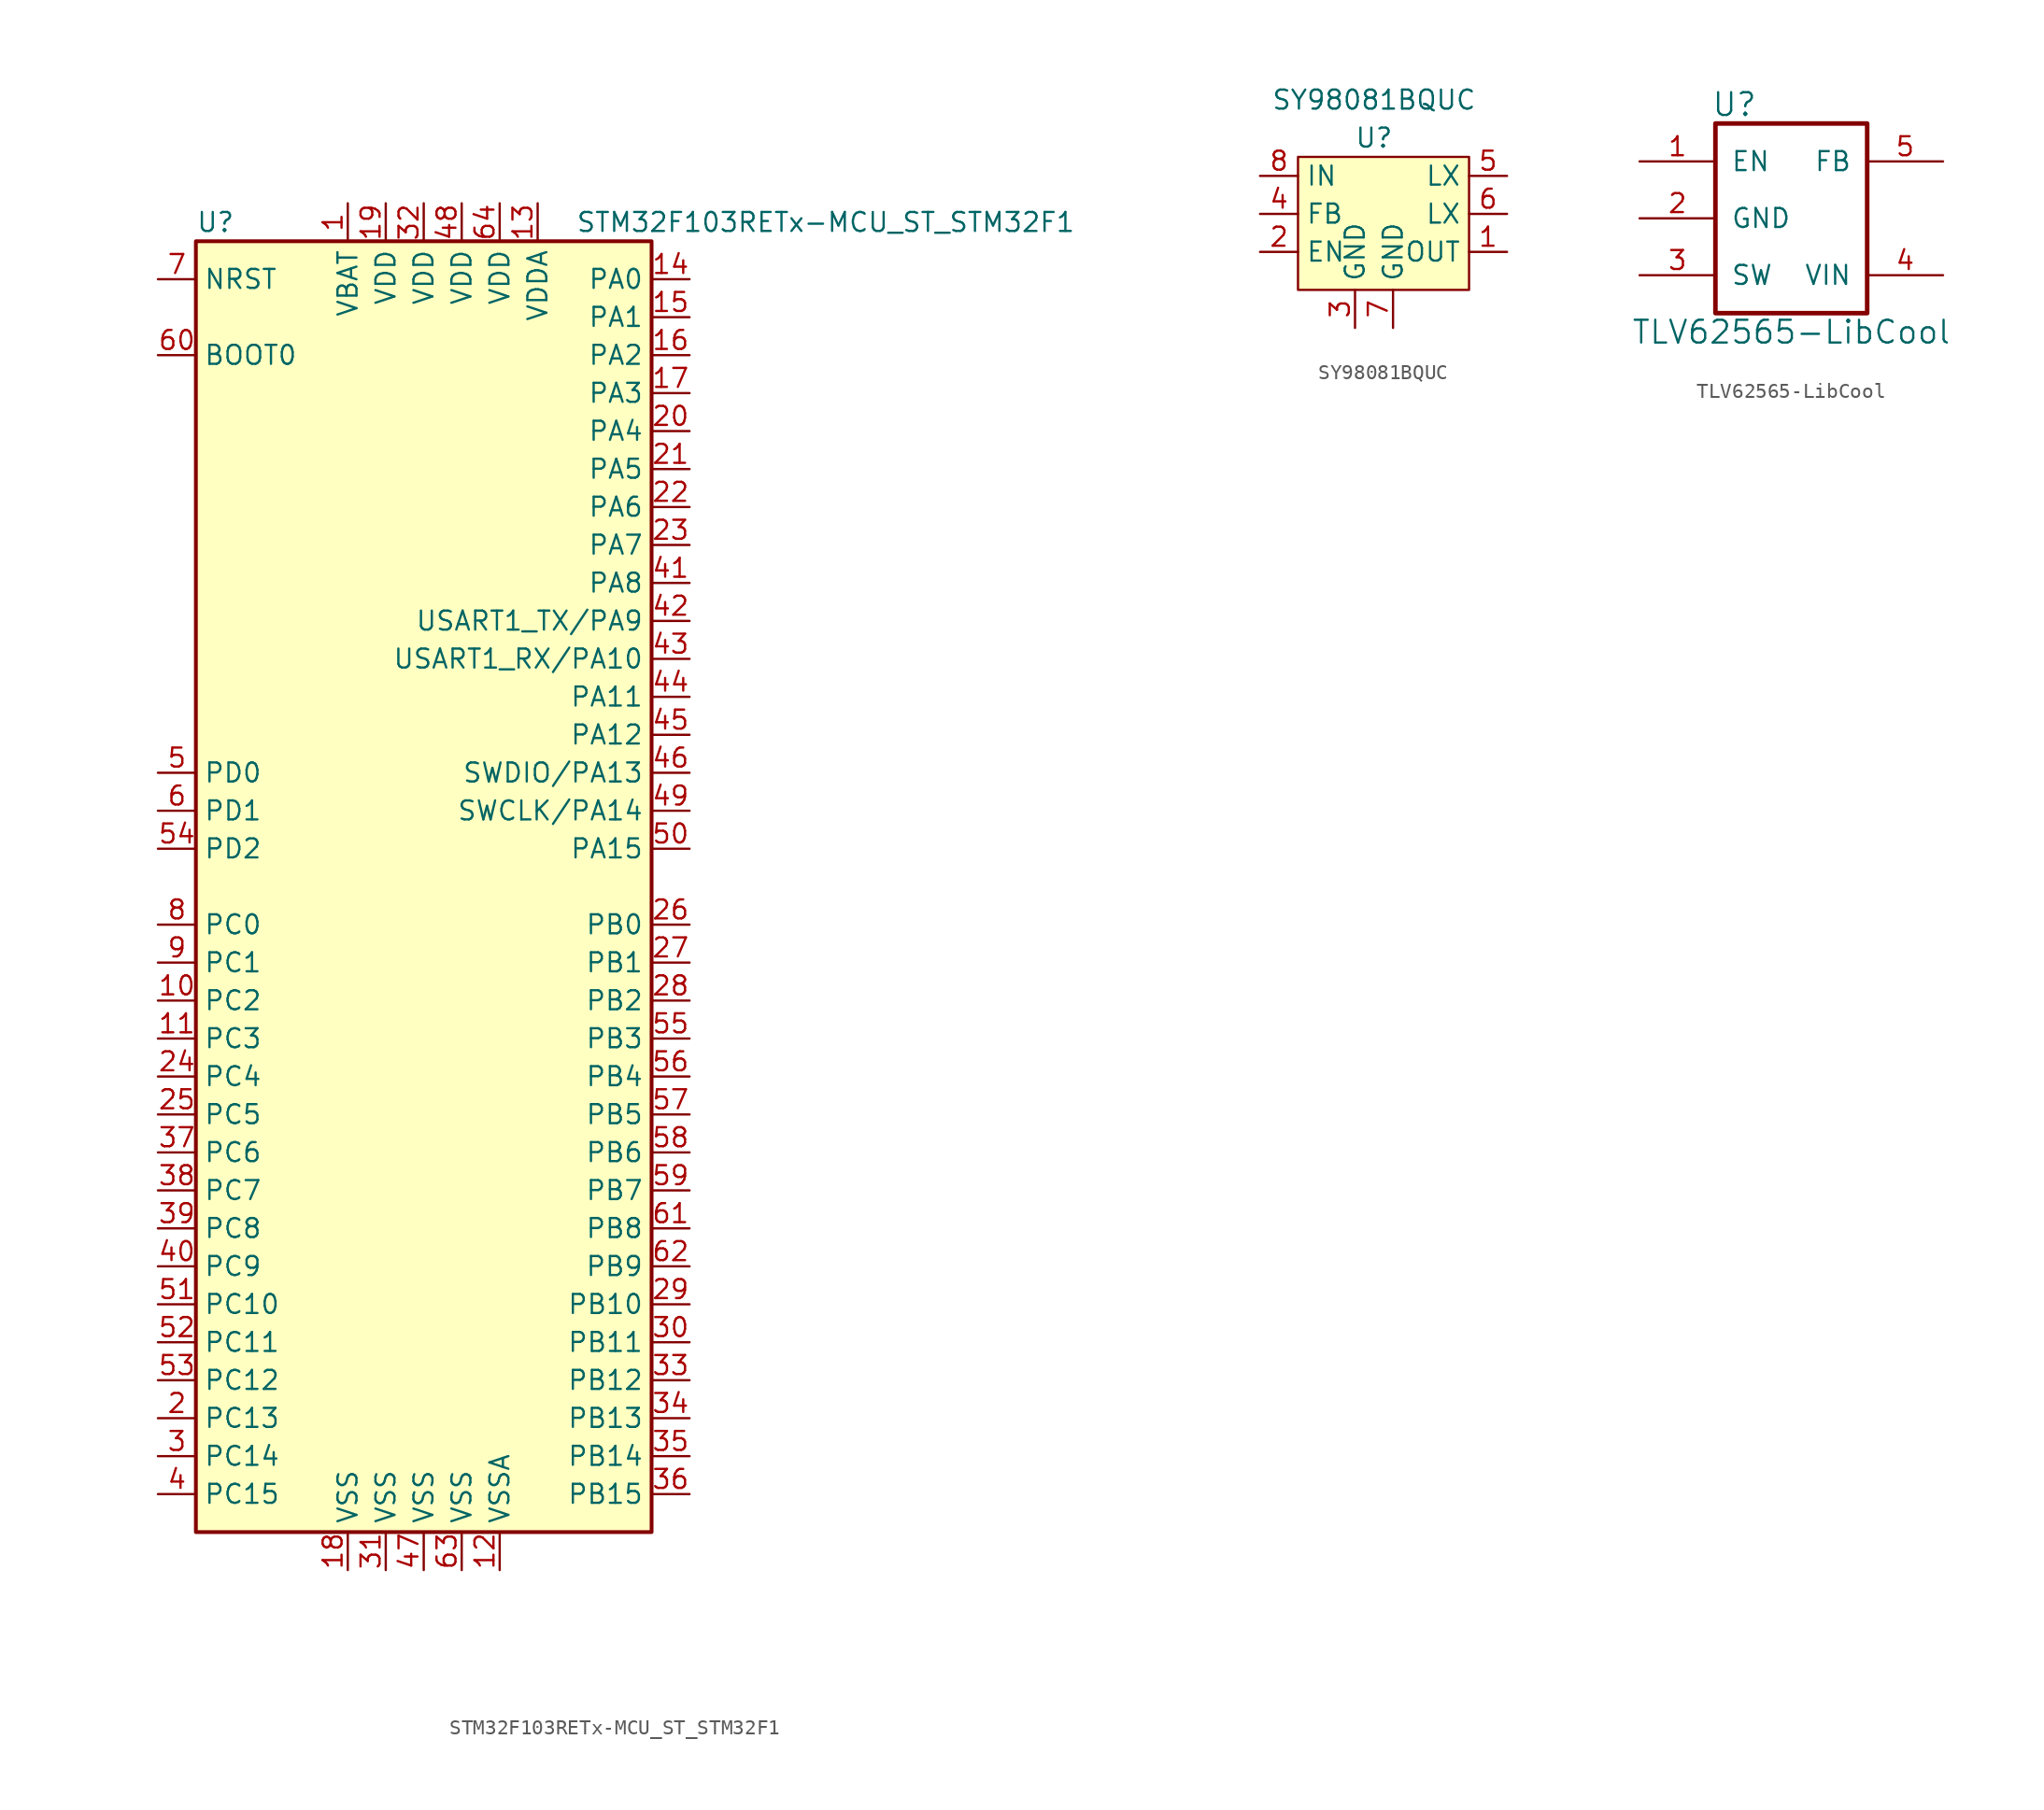
<source format=kicad_sym>
(kicad_symbol_lib
  (version 20220126)
  (generator kicad_symbol_editor)
  (symbol "STM32F103RETx-MCU_ST_STM32F1"
    (property "Reference" "U"
      (at -15.24 44.45 0)
      (effects (font (size 1.27 1.27)) (justify left)))
    (property "Value" "STM32F103RETx-MCU_ST_STM32F1"
      (at 10.16 44.45 0)
      (effects (font (size 1.27 1.27)) (justify left)))
    (symbol "STM32F103RETx-MCU_ST_STM32F1_0_1"
      (rectangle (start -15.24 -43.18) (end 15.24 43.18) (stroke (width 0.254) (type default)) (fill (type background))))
    (symbol "STM32F103RETx-MCU_ST_STM32F1_1_1"
      (pin power_in line (at -5.08 45.72 270) (length 2.54) (name "VBAT" (effects (font (size 1.27 1.27)))) (number "1" (effects (font (size 1.27 1.27)))))
      (pin bidirectional line (at -17.78 -7.62 0) (length 2.54) (name "PC2" (effects (font (size 1.27 1.27)))) (number "10" (effects (font (size 1.27 1.27)))))
      (pin bidirectional line (at -17.78 -10.16 0) (length 2.54) (name "PC3" (effects (font (size 1.27 1.27)))) (number "11" (effects (font (size 1.27 1.27)))))
      (pin power_in line (at 5.08 -45.72 90) (length 2.54) (name "VSSA" (effects (font (size 1.27 1.27)))) (number "12" (effects (font (size 1.27 1.27)))))
      (pin power_in line (at 7.62 45.72 270) (length 2.54) (name "VDDA" (effects (font (size 1.27 1.27)))) (number "13" (effects (font (size 1.27 1.27)))))
      (pin bidirectional line (at 17.78 40.64 180) (length 2.54) (name "PA0" (effects (font (size 1.27 1.27)))) (number "14" (effects (font (size 1.27 1.27)))))
      (pin bidirectional line (at 17.78 38.1 180) (length 2.54) (name "PA1" (effects (font (size 1.27 1.27)))) (number "15" (effects (font (size 1.27 1.27)))))
      (pin bidirectional line (at 17.78 35.56 180) (length 2.54) (name "PA2" (effects (font (size 1.27 1.27)))) (number "16" (effects (font (size 1.27 1.27)))))
      (pin bidirectional line (at 17.78 33.02 180) (length 2.54) (name "PA3" (effects (font (size 1.27 1.27)))) (number "17" (effects (font (size 1.27 1.27)))))
      (pin power_in line (at -5.08 -45.72 90) (length 2.54) (name "VSS" (effects (font (size 1.27 1.27)))) (number "18" (effects (font (size 1.27 1.27)))))
      (pin power_in line (at -2.54 45.72 270) (length 2.54) (name "VDD" (effects (font (size 1.27 1.27)))) (number "19" (effects (font (size 1.27 1.27)))))
      (pin bidirectional line (at -17.78 -35.56 0) (length 2.54) (name "PC13" (effects (font (size 1.27 1.27)))) (number "2" (effects (font (size 1.27 1.27)))))
      (pin bidirectional line (at 17.78 30.48 180) (length 2.54) (name "PA4" (effects (font (size 1.27 1.27)))) (number "20" (effects (font (size 1.27 1.27)))))
      (pin bidirectional line (at 17.78 27.94 180) (length 2.54) (name "PA5" (effects (font (size 1.27 1.27)))) (number "21" (effects (font (size 1.27 1.27)))))
      (pin bidirectional line (at 17.78 25.4 180) (length 2.54) (name "PA6" (effects (font (size 1.27 1.27)))) (number "22" (effects (font (size 1.27 1.27)))))
      (pin bidirectional line (at 17.78 22.86 180) (length 2.54) (name "PA7" (effects (font (size 1.27 1.27)))) (number "23" (effects (font (size 1.27 1.27)))))
      (pin bidirectional line (at -17.78 -12.7 0) (length 2.54) (name "PC4" (effects (font (size 1.27 1.27)))) (number "24" (effects (font (size 1.27 1.27)))))
      (pin bidirectional line (at -17.78 -15.24 0) (length 2.54) (name "PC5" (effects (font (size 1.27 1.27)))) (number "25" (effects (font (size 1.27 1.27)))))
      (pin bidirectional line (at 17.78 -2.54 180) (length 2.54) (name "PB0" (effects (font (size 1.27 1.27)))) (number "26" (effects (font (size 1.27 1.27)))))
      (pin bidirectional line (at 17.78 -5.08 180) (length 2.54) (name "PB1" (effects (font (size 1.27 1.27)))) (number "27" (effects (font (size 1.27 1.27)))))
      (pin bidirectional line (at 17.78 -7.62 180) (length 2.54) (name "PB2" (effects (font (size 1.27 1.27)))) (number "28" (effects (font (size 1.27 1.27)))))
      (pin bidirectional line (at 17.78 -27.94 180) (length 2.54) (name "PB10" (effects (font (size 1.27 1.27)))) (number "29" (effects (font (size 1.27 1.27)))))
      (pin bidirectional line (at -17.78 -38.1 0) (length 2.54) (name "PC14" (effects (font (size 1.27 1.27)))) (number "3" (effects (font (size 1.27 1.27)))))
      (pin bidirectional line (at 17.78 -30.48 180) (length 2.54) (name "PB11" (effects (font (size 1.27 1.27)))) (number "30" (effects (font (size 1.27 1.27)))))
      (pin power_in line (at -2.54 -45.72 90) (length 2.54) (name "VSS" (effects (font (size 1.27 1.27)))) (number "31" (effects (font (size 1.27 1.27)))))
      (pin power_in line (at 0 45.72 270) (length 2.54) (name "VDD" (effects (font (size 1.27 1.27)))) (number "32" (effects (font (size 1.27 1.27)))))
      (pin bidirectional line (at 17.78 -33.02 180) (length 2.54) (name "PB12" (effects (font (size 1.27 1.27)))) (number "33" (effects (font (size 1.27 1.27)))))
      (pin bidirectional line (at 17.78 -35.56 180) (length 2.54) (name "PB13" (effects (font (size 1.27 1.27)))) (number "34" (effects (font (size 1.27 1.27)))))
      (pin bidirectional line (at 17.78 -38.1 180) (length 2.54) (name "PB14" (effects (font (size 1.27 1.27)))) (number "35" (effects (font (size 1.27 1.27)))))
      (pin bidirectional line (at 17.78 -40.64 180) (length 2.54) (name "PB15" (effects (font (size 1.27 1.27)))) (number "36" (effects (font (size 1.27 1.27)))))
      (pin bidirectional line (at -17.78 -17.78 0) (length 2.54) (name "PC6" (effects (font (size 1.27 1.27)))) (number "37" (effects (font (size 1.27 1.27)))))
      (pin bidirectional line (at -17.78 -20.32 0) (length 2.54) (name "PC7" (effects (font (size 1.27 1.27)))) (number "38" (effects (font (size 1.27 1.27)))))
      (pin bidirectional line (at -17.78 -22.86 0) (length 2.54) (name "PC8" (effects (font (size 1.27 1.27)))) (number "39" (effects (font (size 1.27 1.27)))))
      (pin bidirectional line (at -17.78 -40.64 0) (length 2.54) (name "PC15" (effects (font (size 1.27 1.27)))) (number "4" (effects (font (size 1.27 1.27)))))
      (pin bidirectional line (at -17.78 -25.4 0) (length 2.54) (name "PC9" (effects (font (size 1.27 1.27)))) (number "40" (effects (font (size 1.27 1.27)))))
      (pin bidirectional line (at 17.78 20.32 180) (length 2.54) (name "PA8" (effects (font (size 1.27 1.27)))) (number "41" (effects (font (size 1.27 1.27)))))
      (pin bidirectional line (at 17.78 17.78 180) (length 2.54) (name "USART1_TX/PA9" (effects (font (size 1.27 1.27)))) (number "42" (effects (font (size 1.27 1.27)))))
      (pin bidirectional line (at 17.78 15.24 180) (length 2.54) (name "USART1_RX/PA10" (effects (font (size 1.27 1.27)))) (number "43" (effects (font (size 1.27 1.27)))))
      (pin bidirectional line (at 17.78 12.7 180) (length 2.54) (name "PA11" (effects (font (size 1.27 1.27)))) (number "44" (effects (font (size 1.27 1.27)))))
      (pin bidirectional line (at 17.78 10.16 180) (length 2.54) (name "PA12" (effects (font (size 1.27 1.27)))) (number "45" (effects (font (size 1.27 1.27)))))
      (pin bidirectional line (at 17.78 7.62 180) (length 2.54) (name "SWDIO/PA13" (effects (font (size 1.27 1.27)))) (number "46" (effects (font (size 1.27 1.27)))))
      (pin power_in line (at 0 -45.72 90) (length 2.54) (name "VSS" (effects (font (size 1.27 1.27)))) (number "47" (effects (font (size 1.27 1.27)))))
      (pin power_in line (at 2.54 45.72 270) (length 2.54) (name "VDD" (effects (font (size 1.27 1.27)))) (number "48" (effects (font (size 1.27 1.27)))))
      (pin bidirectional line (at 17.78 5.08 180) (length 2.54) (name "SWCLK/PA14" (effects (font (size 1.27 1.27)))) (number "49" (effects (font (size 1.27 1.27)))))
      (pin input line (at -17.78 7.62 0) (length 2.54) (name "PD0" (effects (font (size 1.27 1.27)))) (number "5" (effects (font (size 1.27 1.27)))))
      (pin bidirectional line (at 17.78 2.54 180) (length 2.54) (name "PA15" (effects (font (size 1.27 1.27)))) (number "50" (effects (font (size 1.27 1.27)))))
      (pin bidirectional line (at -17.78 -27.94 0) (length 2.54) (name "PC10" (effects (font (size 1.27 1.27)))) (number "51" (effects (font (size 1.27 1.27)))))
      (pin bidirectional line (at -17.78 -30.48 0) (length 2.54) (name "PC11" (effects (font (size 1.27 1.27)))) (number "52" (effects (font (size 1.27 1.27)))))
      (pin bidirectional line (at -17.78 -33.02 0) (length 2.54) (name "PC12" (effects (font (size 1.27 1.27)))) (number "53" (effects (font (size 1.27 1.27)))))
      (pin bidirectional line (at -17.78 2.54 0) (length 2.54) (name "PD2" (effects (font (size 1.27 1.27)))) (number "54" (effects (font (size 1.27 1.27)))))
      (pin bidirectional line (at 17.78 -10.16 180) (length 2.54) (name "PB3" (effects (font (size 1.27 1.27)))) (number "55" (effects (font (size 1.27 1.27)))))
      (pin bidirectional line (at 17.78 -12.7 180) (length 2.54) (name "PB4" (effects (font (size 1.27 1.27)))) (number "56" (effects (font (size 1.27 1.27)))))
      (pin bidirectional line (at 17.78 -15.24 180) (length 2.54) (name "PB5" (effects (font (size 1.27 1.27)))) (number "57" (effects (font (size 1.27 1.27)))))
      (pin bidirectional line (at 17.78 -17.78 180) (length 2.54) (name "PB6" (effects (font (size 1.27 1.27)))) (number "58" (effects (font (size 1.27 1.27)))))
      (pin bidirectional line (at 17.78 -20.32 180) (length 2.54) (name "PB7" (effects (font (size 1.27 1.27)))) (number "59" (effects (font (size 1.27 1.27)))))
      (pin input line (at -17.78 5.08 0) (length 2.54) (name "PD1" (effects (font (size 1.27 1.27)))) (number "6" (effects (font (size 1.27 1.27)))))
      (pin input line (at -17.78 35.56 0) (length 2.54) (name "BOOT0" (effects (font (size 1.27 1.27)))) (number "60" (effects (font (size 1.27 1.27)))))
      (pin bidirectional line (at 17.78 -22.86 180) (length 2.54) (name "PB8" (effects (font (size 1.27 1.27)))) (number "61" (effects (font (size 1.27 1.27)))))
      (pin bidirectional line (at 17.78 -25.4 180) (length 2.54) (name "PB9" (effects (font (size 1.27 1.27)))) (number "62" (effects (font (size 1.27 1.27)))))
      (pin power_in line (at 2.54 -45.72 90) (length 2.54) (name "VSS" (effects (font (size 1.27 1.27)))) (number "63" (effects (font (size 1.27 1.27)))))
      (pin power_in line (at 5.08 45.72 270) (length 2.54) (name "VDD" (effects (font (size 1.27 1.27)))) (number "64" (effects (font (size 1.27 1.27)))))
      (pin input line (at -17.78 40.64 0) (length 2.54) (name "NRST" (effects (font (size 1.27 1.27)))) (number "7" (effects (font (size 1.27 1.27)))))
      (pin bidirectional line (at -17.78 -2.54 0) (length 2.54) (name "PC0" (effects (font (size 1.27 1.27)))) (number "8" (effects (font (size 1.27 1.27)))))
      (pin bidirectional line (at -17.78 -5.08 0) (length 2.54) (name "PC1" (effects (font (size 1.27 1.27)))) (number "9" (effects (font (size 1.27 1.27)))))))
  (symbol "SY98081BQUC"
    (property "Reference" "U"
      (at 0 0 0)
      (effects (font (size 1.27 1.27))))
    (property "Value" "SY98081BQUC"
      (at 0 2.54 0)
      (effects (font (size 1.27 1.27))))
    (symbol "SY98081BQUC_0_1"
      (rectangle (start -5.08 -1.27) (end 6.35 -10.16) (stroke (width 0.152) (type default)) (fill (type background))))
    (symbol "SY98081BQUC_1_1"
      (pin input line (at 8.89 -7.62 180) (length 2.54) (name "OUT" (effects (font (size 1.27 1.27)))) (number "1" (effects (font (size 1.27 1.27)))))
      (pin input line (at -7.62 -7.62 0) (length 2.54) (name "EN" (effects (font (size 1.27 1.27)))) (number "2" (effects (font (size 1.27 1.27)))))
      (pin input line (at -1.27 -12.7 90) (length 2.54) (name "GND" (effects (font (size 1.27 1.27)))) (number "3" (effects (font (size 1.27 1.27)))))
      (pin input line (at -7.62 -5.08 0) (length 2.54) (name "FB" (effects (font (size 1.27 1.27)))) (number "4" (effects (font (size 1.27 1.27)))))
      (pin input line (at 8.89 -2.54 180) (length 2.54) (name "LX" (effects (font (size 1.27 1.27)))) (number "5" (effects (font (size 1.27 1.27)))))
      (pin input line (at 8.89 -5.08 180) (length 2.54) (name "LX" (effects (font (size 1.27 1.27)))) (number "6" (effects (font (size 1.27 1.27)))))
      (pin input line (at 1.27 -12.7 90) (length 2.54) (name "GND" (effects (font (size 1.27 1.27)))) (number "7" (effects (font (size 1.27 1.27)))))
      (pin input line (at -7.62 -2.54 0) (length 2.54) (name "IN" (effects (font (size 1.27 1.27)))) (number "8" (effects (font (size 1.27 1.27)))))))
  (symbol "TLV62565-LibCool"
    (pin_names
      (offset 1.016))
    (property "Reference" "U"
      (at -3.81 7.62 0)
      (effects (font (size 1.524 1.524))))
    (property "Value" "TLV62565-LibCool"
      (at 0 -7.62 0)
      (effects (font (size 1.524 1.524))))
    (symbol "TLV62565-LibCool_1_1"
      (rectangle (start -5.08 6.35) (end 5.08 -6.35) (stroke (width 0.305) (type default)) (fill (type none)))
      (pin input line (at -10.16 3.81 0) (length 5.08) (name "EN" (effects (font (size 1.27 1.27)))) (number "1" (effects (font (size 1.27 1.27)))))
      (pin input line (at -10.16 0 0) (length 5.08) (name "GND" (effects (font (size 1.27 1.27)))) (number "2" (effects (font (size 1.27 1.27)))))
      (pin input line (at -10.16 -3.81 0) (length 5.08) (name "SW" (effects (font (size 1.27 1.27)))) (number "3" (effects (font (size 1.27 1.27)))))
      (pin input line (at 10.16 -3.81 180) (length 5.08) (name "VIN" (effects (font (size 1.27 1.27)))) (number "4" (effects (font (size 1.27 1.27)))))
      (pin output line (at 10.16 3.81 180) (length 5.08) (name "FB" (effects (font (size 1.27 1.27)))) (number "5" (effects (font (size 1.27 1.27))))))))
</source>
